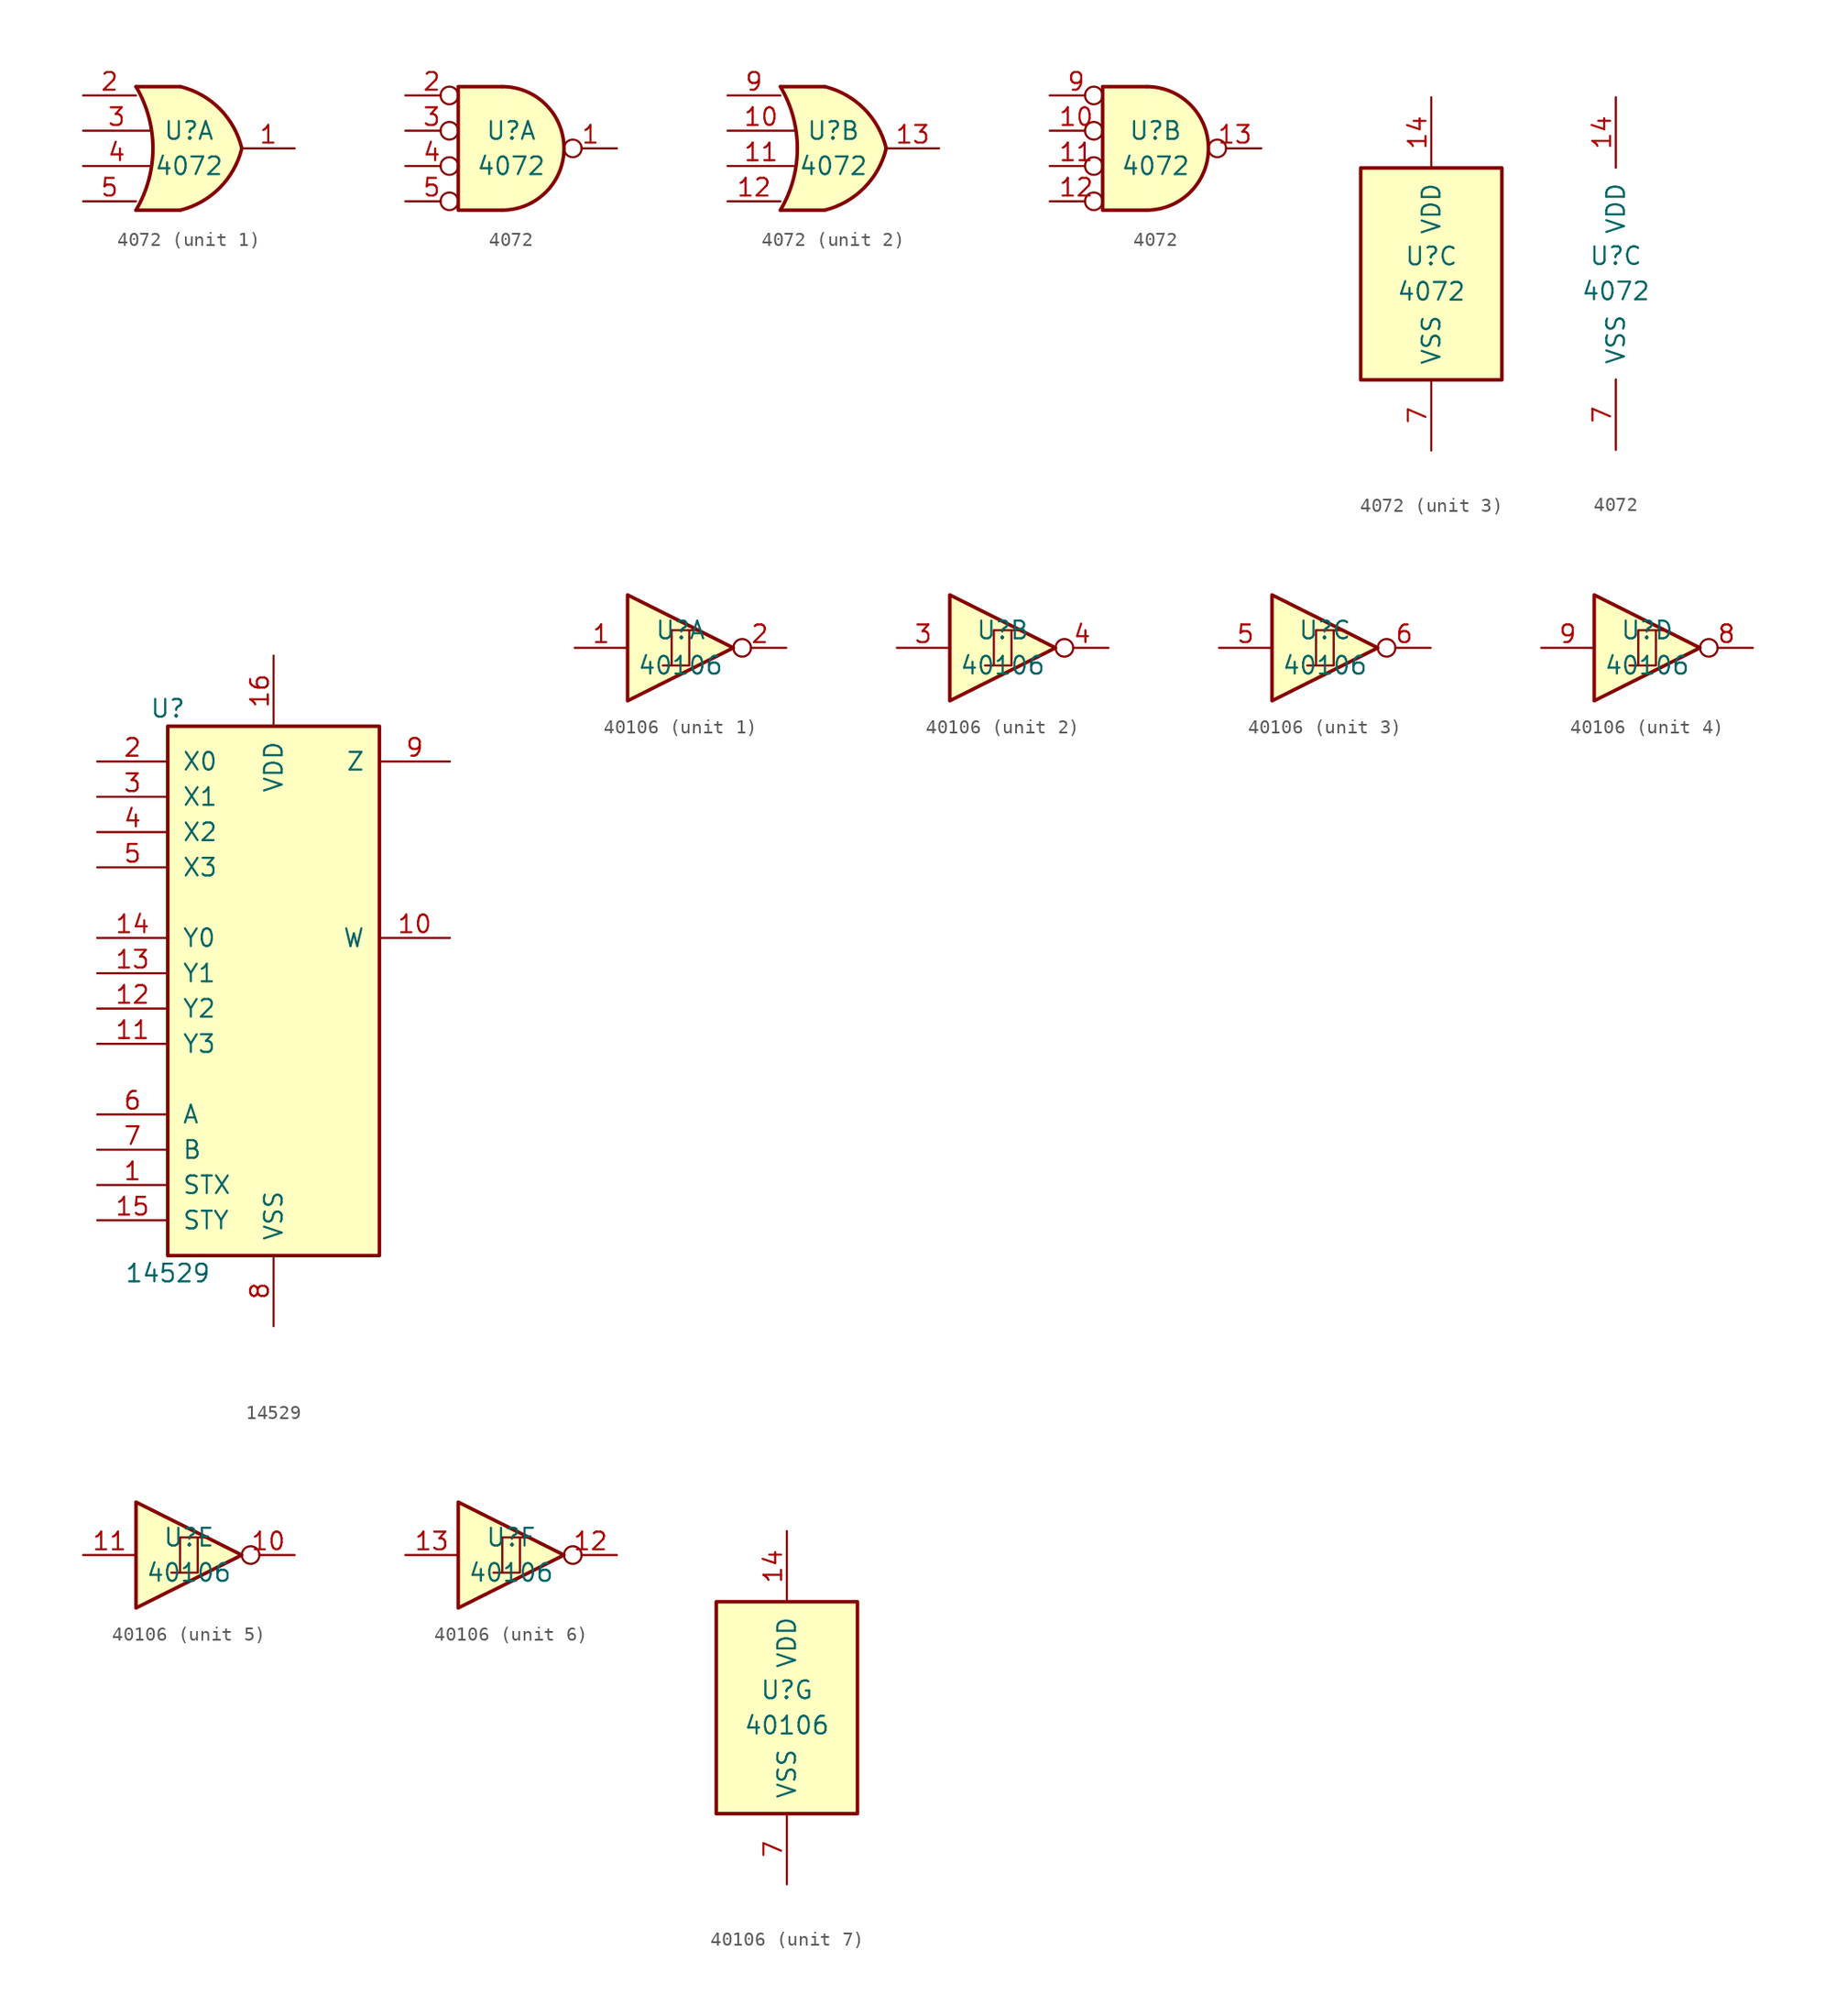
<source format=kicad_sym>
(kicad_symbol_lib
  (version 20201005)
  (generator kicad_symbol_editor)
  (symbol "4xxx:4072"
    (pin_names
      (offset 1.016))
    (property "Reference" "U"
      (at 0 1.27 0)
      (effects (font (size 1.27 1.27))))
    (property "Value" "4072"
      (at 0 -1.27 0)
      (effects (font (size 1.27 1.27))))
    (property "ki_locked" ""
      (at 0 0 0)
      (effects (font (size 1.27 1.27))))
    (symbol "4072_1_1"
      (arc (start -3.81 4.445) (end -3.81 -4.445) (radius (at -11.303 0) (length 8.7122) (angles 30.6 -30.6)) (stroke (width 0.254)) (fill (type none)))
      (arc (start 3.81 0) (end -0.6096 4.445) (radius (at -2.0574 -1.4224) (length 6.0452) (angles 13.7 76.8)) (stroke (width 0.254)) (fill (type background)))
      (arc (start 3.81 0) (end -0.6096 -4.445) (radius (at -2.0574 1.4224) (length 6.0452) (angles -13.7 -76.8)) (stroke (width 0.254)) (fill (type background)))
      (polyline (pts (xy -3.81 -4.445) (xy -0.635 -4.445)) (stroke (width 0.254)) (fill (type background)))
      (polyline (pts (xy -3.81 4.445) (xy -0.635 4.445)) (stroke (width 0.254)) (fill (type background)))
      (polyline (pts (xy -0.635 4.445) (xy -3.81 4.445) (xy -3.81 4.445) (xy -3.632 4.089) (xy -3.099 2.921) (xy -2.769 1.676) (xy -2.616 0.432) (xy -2.642 -0.864) (xy -2.87 -2.108) (xy -3.251 -3.327) (xy -3.81 -4.445) (xy -3.81 -4.445) (xy -0.635 -4.445)) (stroke (width -25.4)) (fill (type background)))
      (pin output line (at 7.62 0 180) (length 3.81) (name "~" (effects (font (size 1.27 1.27)))) (number "1" (effects (font (size 1.27 1.27)))))
      (pin input line (at -7.62 3.81 0) (length 3.81) (name "~" (effects (font (size 1.27 1.27)))) (number "2" (effects (font (size 1.27 1.27)))))
      (pin input line (at -7.62 1.27 0) (length 4.826) (name "~" (effects (font (size 1.27 1.27)))) (number "3" (effects (font (size 1.27 1.27)))))
      (pin input line (at -7.62 -1.27 0) (length 4.826) (name "~" (effects (font (size 1.27 1.27)))) (number "4" (effects (font (size 1.27 1.27)))))
      (pin input line (at -7.62 -3.81 0) (length 3.81) (name "~" (effects (font (size 1.27 1.27)))) (number "5" (effects (font (size 1.27 1.27))))))
    (symbol "4072_1_2"
      (arc (start -0.635 -4.445) (end -0.635 4.445) (radius (at -0.635 0) (length 4.445) (angles -89.9 89.9)) (stroke (width 0.254)) (fill (type background)))
      (polyline (pts (xy -0.635 4.445) (xy -3.81 4.445) (xy -3.81 -4.445) (xy -0.635 -4.445)) (stroke (width 0.254)) (fill (type background)))
      (pin output inverted (at 7.62 0 180) (length 3.81) (name "~" (effects (font (size 1.27 1.27)))) (number "1" (effects (font (size 1.27 1.27)))))
      (pin input inverted (at -7.62 3.81 0) (length 3.81) (name "~" (effects (font (size 1.27 1.27)))) (number "2" (effects (font (size 1.27 1.27)))))
      (pin input inverted (at -7.62 1.27 0) (length 3.81) (name "~" (effects (font (size 1.27 1.27)))) (number "3" (effects (font (size 1.27 1.27)))))
      (pin input inverted (at -7.62 -1.27 0) (length 3.81) (name "~" (effects (font (size 1.27 1.27)))) (number "4" (effects (font (size 1.27 1.27)))))
      (pin input inverted (at -7.62 -3.81 0) (length 3.81) (name "~" (effects (font (size 1.27 1.27)))) (number "5" (effects (font (size 1.27 1.27))))))
    (symbol "4072_2_1"
      (arc (start -3.81 4.445) (end -3.81 -4.445) (radius (at -11.303 0) (length 8.7122) (angles 30.6 -30.6)) (stroke (width 0.254)) (fill (type none)))
      (arc (start 3.81 0) (end -0.6096 4.445) (radius (at -2.0574 -1.4224) (length 6.0452) (angles 13.7 76.8)) (stroke (width 0.254)) (fill (type background)))
      (arc (start 3.81 0) (end -0.6096 -4.445) (radius (at -2.0574 1.4224) (length 6.0452) (angles -13.7 -76.8)) (stroke (width 0.254)) (fill (type background)))
      (polyline (pts (xy -3.81 -4.445) (xy -0.635 -4.445)) (stroke (width 0.254)) (fill (type background)))
      (polyline (pts (xy -3.81 4.445) (xy -0.635 4.445)) (stroke (width 0.254)) (fill (type background)))
      (polyline (pts (xy -0.635 4.445) (xy -3.81 4.445) (xy -3.81 4.445) (xy -3.632 4.089) (xy -3.099 2.921) (xy -2.769 1.676) (xy -2.616 0.432) (xy -2.642 -0.864) (xy -2.87 -2.108) (xy -3.251 -3.327) (xy -3.81 -4.445) (xy -3.81 -4.445) (xy -0.635 -4.445)) (stroke (width -25.4)) (fill (type background)))
      (pin input line (at -7.62 1.27 0) (length 4.826) (name "~" (effects (font (size 1.27 1.27)))) (number "10" (effects (font (size 1.27 1.27)))))
      (pin input line (at -7.62 -1.27 0) (length 4.826) (name "~" (effects (font (size 1.27 1.27)))) (number "11" (effects (font (size 1.27 1.27)))))
      (pin input line (at -7.62 -3.81 0) (length 3.81) (name "~" (effects (font (size 1.27 1.27)))) (number "12" (effects (font (size 1.27 1.27)))))
      (pin output line (at 7.62 0 180) (length 3.81) (name "~" (effects (font (size 1.27 1.27)))) (number "13" (effects (font (size 1.27 1.27)))))
      (pin input line (at -7.62 3.81 0) (length 3.81) (name "~" (effects (font (size 1.27 1.27)))) (number "9" (effects (font (size 1.27 1.27))))))
    (symbol "4072_2_2"
      (arc (start -0.635 -4.445) (end -0.635 4.445) (radius (at -0.635 0) (length 4.445) (angles -89.9 89.9)) (stroke (width 0.254)) (fill (type background)))
      (polyline (pts (xy -0.635 4.445) (xy -3.81 4.445) (xy -3.81 -4.445) (xy -0.635 -4.445)) (stroke (width 0.254)) (fill (type background)))
      (pin input inverted (at -7.62 1.27 0) (length 3.81) (name "~" (effects (font (size 1.27 1.27)))) (number "10" (effects (font (size 1.27 1.27)))))
      (pin input inverted (at -7.62 -1.27 0) (length 3.81) (name "~" (effects (font (size 1.27 1.27)))) (number "11" (effects (font (size 1.27 1.27)))))
      (pin input inverted (at -7.62 -3.81 0) (length 3.81) (name "~" (effects (font (size 1.27 1.27)))) (number "12" (effects (font (size 1.27 1.27)))))
      (pin output inverted (at 7.62 0 180) (length 3.81) (name "~" (effects (font (size 1.27 1.27)))) (number "13" (effects (font (size 1.27 1.27)))))
      (pin input inverted (at -7.62 3.81 0) (length 3.81) (name "~" (effects (font (size 1.27 1.27)))) (number "9" (effects (font (size 1.27 1.27))))))
    (symbol "4072_3_0"
      (pin power_in line (at 0 12.7 270) (length 5.08) (name "VDD" (effects (font (size 1.27 1.27)))) (number "14" (effects (font (size 1.27 1.27)))))
      (pin power_in line (at 0 -12.7 90) (length 5.08) (name "VSS" (effects (font (size 1.27 1.27)))) (number "7" (effects (font (size 1.27 1.27))))))
    (symbol "4072_3_1"
      (rectangle (start -5.08 7.62) (end 5.08 -7.62) (stroke (width 0.254)) (fill (type background)))))
  (symbol "4xxx:14529"
    (pin_names
      (offset 1.016))
    (property "Reference" "U"
      (at -7.62 19.05 0)
      (effects (font (size 1.27 1.27))))
    (property "Value" "14529"
      (at -7.62 -21.59 0)
      (effects (font (size 1.27 1.27))))
    (property "ki_locked" ""
      (at 0 0 0)
      (effects (font (size 1.27 1.27))))
    (symbol "14529_1_0"
      (pin input line (at -12.7 -15.24 0) (length 5.08) (name "STX" (effects (font (size 1.27 1.27)))) (number "1" (effects (font (size 1.27 1.27)))))
      (pin tri_state line (at 12.7 2.54 180) (length 5.08) (name "W" (effects (font (size 1.27 1.27)))) (number "10" (effects (font (size 1.27 1.27)))))
      (pin input line (at -12.7 -5.08 0) (length 5.08) (name "Y3" (effects (font (size 1.27 1.27)))) (number "11" (effects (font (size 1.27 1.27)))))
      (pin input line (at -12.7 -2.54 0) (length 5.08) (name "Y2" (effects (font (size 1.27 1.27)))) (number "12" (effects (font (size 1.27 1.27)))))
      (pin input line (at -12.7 0 0) (length 5.08) (name "Y1" (effects (font (size 1.27 1.27)))) (number "13" (effects (font (size 1.27 1.27)))))
      (pin input line (at -12.7 2.54 0) (length 5.08) (name "Y0" (effects (font (size 1.27 1.27)))) (number "14" (effects (font (size 1.27 1.27)))))
      (pin input line (at -12.7 -17.78 0) (length 5.08) (name "STY" (effects (font (size 1.27 1.27)))) (number "15" (effects (font (size 1.27 1.27)))))
      (pin power_in line (at 0 22.86 270) (length 5.08) (name "VDD" (effects (font (size 1.27 1.27)))) (number "16" (effects (font (size 1.27 1.27)))))
      (pin input line (at -12.7 15.24 0) (length 5.08) (name "X0" (effects (font (size 1.27 1.27)))) (number "2" (effects (font (size 1.27 1.27)))))
      (pin input line (at -12.7 12.7 0) (length 5.08) (name "X1" (effects (font (size 1.27 1.27)))) (number "3" (effects (font (size 1.27 1.27)))))
      (pin input line (at -12.7 10.16 0) (length 5.08) (name "X2" (effects (font (size 1.27 1.27)))) (number "4" (effects (font (size 1.27 1.27)))))
      (pin input line (at -12.7 7.62 0) (length 5.08) (name "X3" (effects (font (size 1.27 1.27)))) (number "5" (effects (font (size 1.27 1.27)))))
      (pin input line (at -12.7 -10.16 0) (length 5.08) (name "A" (effects (font (size 1.27 1.27)))) (number "6" (effects (font (size 1.27 1.27)))))
      (pin input line (at -12.7 -12.7 0) (length 5.08) (name "B" (effects (font (size 1.27 1.27)))) (number "7" (effects (font (size 1.27 1.27)))))
      (pin power_in line (at 0 -25.4 90) (length 5.08) (name "VSS" (effects (font (size 1.27 1.27)))) (number "8" (effects (font (size 1.27 1.27)))))
      (pin tri_state line (at 12.7 15.24 180) (length 5.08) (name "Z" (effects (font (size 1.27 1.27)))) (number "9" (effects (font (size 1.27 1.27))))))
    (symbol "14529_1_1"
      (rectangle (start -7.62 17.78) (end 7.62 -20.32) (stroke (width 0.254)) (fill (type background)))))
  (symbol "4xxx:40106"
    (pin_names
      (offset 1.016))
    (property "Reference" "U"
      (at 0 1.27 0)
      (effects (font (size 1.27 1.27))))
    (property "Value" "40106"
      (at 0 -1.27 0)
      (effects (font (size 1.27 1.27))))
    (property "ki_locked" ""
      (at 0 0 0)
      (effects (font (size 1.27 1.27))))
    (symbol "40106_1_0"
      (polyline (pts (xy -0.635 -1.27) (xy -0.635 1.27) (xy 0.635 1.27)) (stroke (width 0)) (fill (type none)))
      (polyline (pts (xy -3.81 3.81) (xy -3.81 -3.81) (xy 3.81 0) (xy -3.81 3.81)) (stroke (width 0.254)) (fill (type background)))
      (polyline (pts (xy -1.27 -1.27) (xy 0.635 -1.27) (xy 0.635 1.27) (xy 1.27 1.27)) (stroke (width 0)) (fill (type none)))
      (pin input line (at -7.62 0 0) (length 3.81) (name "~" (effects (font (size 1.27 1.27)))) (number "1" (effects (font (size 1.27 1.27)))))
      (pin output inverted (at 7.62 0 180) (length 3.81) (name "~" (effects (font (size 1.27 1.27)))) (number "2" (effects (font (size 1.27 1.27))))))
    (symbol "40106_2_0"
      (polyline (pts (xy -0.635 -1.27) (xy -0.635 1.27) (xy 0.635 1.27)) (stroke (width 0)) (fill (type none)))
      (polyline (pts (xy -3.81 3.81) (xy -3.81 -3.81) (xy 3.81 0) (xy -3.81 3.81)) (stroke (width 0.254)) (fill (type background)))
      (polyline (pts (xy -1.27 -1.27) (xy 0.635 -1.27) (xy 0.635 1.27) (xy 1.27 1.27)) (stroke (width 0)) (fill (type none)))
      (pin input line (at -7.62 0 0) (length 3.81) (name "~" (effects (font (size 1.27 1.27)))) (number "3" (effects (font (size 1.27 1.27)))))
      (pin output inverted (at 7.62 0 180) (length 3.81) (name "~" (effects (font (size 1.27 1.27)))) (number "4" (effects (font (size 1.27 1.27))))))
    (symbol "40106_3_0"
      (polyline (pts (xy -0.635 -1.27) (xy -0.635 1.27) (xy 0.635 1.27)) (stroke (width 0)) (fill (type none)))
      (polyline (pts (xy -3.81 3.81) (xy -3.81 -3.81) (xy 3.81 0) (xy -3.81 3.81)) (stroke (width 0.254)) (fill (type background)))
      (polyline (pts (xy -1.27 -1.27) (xy 0.635 -1.27) (xy 0.635 1.27) (xy 1.27 1.27)) (stroke (width 0)) (fill (type none)))
      (pin input line (at -7.62 0 0) (length 3.81) (name "~" (effects (font (size 1.27 1.27)))) (number "5" (effects (font (size 1.27 1.27)))))
      (pin output inverted (at 7.62 0 180) (length 3.81) (name "~" (effects (font (size 1.27 1.27)))) (number "6" (effects (font (size 1.27 1.27))))))
    (symbol "40106_4_0"
      (polyline (pts (xy -0.635 -1.27) (xy -0.635 1.27) (xy 0.635 1.27)) (stroke (width 0)) (fill (type none)))
      (polyline (pts (xy -3.81 3.81) (xy -3.81 -3.81) (xy 3.81 0) (xy -3.81 3.81)) (stroke (width 0.254)) (fill (type background)))
      (polyline (pts (xy -1.27 -1.27) (xy 0.635 -1.27) (xy 0.635 1.27) (xy 1.27 1.27)) (stroke (width 0)) (fill (type none)))
      (pin output inverted (at 7.62 0 180) (length 3.81) (name "~" (effects (font (size 1.27 1.27)))) (number "8" (effects (font (size 1.27 1.27)))))
      (pin input line (at -7.62 0 0) (length 3.81) (name "~" (effects (font (size 1.27 1.27)))) (number "9" (effects (font (size 1.27 1.27))))))
    (symbol "40106_5_0"
      (polyline (pts (xy -0.635 -1.27) (xy -0.635 1.27) (xy 0.635 1.27)) (stroke (width 0)) (fill (type none)))
      (polyline (pts (xy -3.81 3.81) (xy -3.81 -3.81) (xy 3.81 0) (xy -3.81 3.81)) (stroke (width 0.254)) (fill (type background)))
      (polyline (pts (xy -1.27 -1.27) (xy 0.635 -1.27) (xy 0.635 1.27) (xy 1.27 1.27)) (stroke (width 0)) (fill (type none)))
      (pin output inverted (at 7.62 0 180) (length 3.81) (name "~" (effects (font (size 1.27 1.27)))) (number "10" (effects (font (size 1.27 1.27)))))
      (pin input line (at -7.62 0 0) (length 3.81) (name "~" (effects (font (size 1.27 1.27)))) (number "11" (effects (font (size 1.27 1.27))))))
    (symbol "40106_6_0"
      (polyline (pts (xy -0.635 -1.27) (xy -0.635 1.27) (xy 0.635 1.27)) (stroke (width 0)) (fill (type none)))
      (polyline (pts (xy -3.81 3.81) (xy -3.81 -3.81) (xy 3.81 0) (xy -3.81 3.81)) (stroke (width 0.254)) (fill (type background)))
      (polyline (pts (xy -1.27 -1.27) (xy 0.635 -1.27) (xy 0.635 1.27) (xy 1.27 1.27)) (stroke (width 0)) (fill (type none)))
      (pin output inverted (at 7.62 0 180) (length 3.81) (name "~" (effects (font (size 1.27 1.27)))) (number "12" (effects (font (size 1.27 1.27)))))
      (pin input line (at -7.62 0 0) (length 3.81) (name "~" (effects (font (size 1.27 1.27)))) (number "13" (effects (font (size 1.27 1.27))))))
    (symbol "40106_7_0"
      (pin power_in line (at 0 12.7 270) (length 5.08) (name "VDD" (effects (font (size 1.27 1.27)))) (number "14" (effects (font (size 1.27 1.27)))))
      (pin power_in line (at 0 -12.7 90) (length 5.08) (name "VSS" (effects (font (size 1.27 1.27)))) (number "7" (effects (font (size 1.27 1.27))))))
    (symbol "40106_7_1"
      (rectangle (start -5.08 7.62) (end 5.08 -7.62) (stroke (width 0.254)) (fill (type background))))))
</source>
